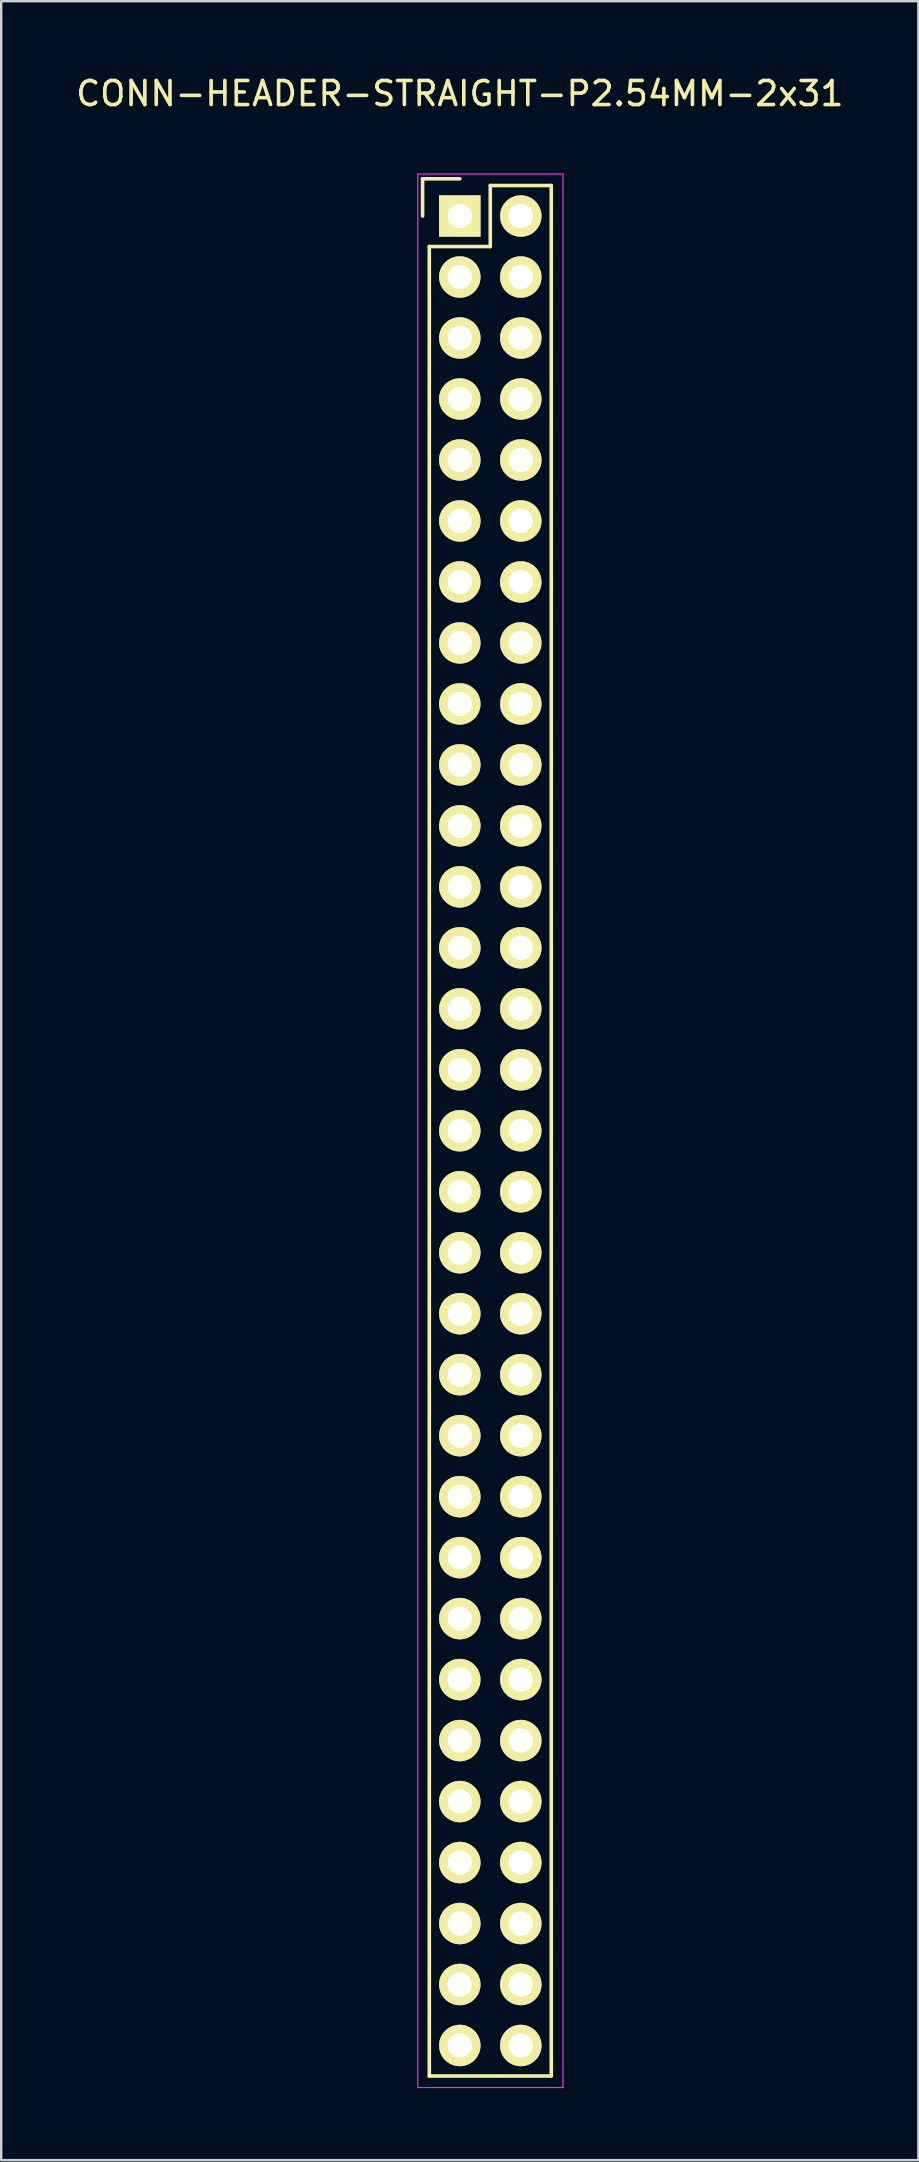
<source format=kicad_pcb>
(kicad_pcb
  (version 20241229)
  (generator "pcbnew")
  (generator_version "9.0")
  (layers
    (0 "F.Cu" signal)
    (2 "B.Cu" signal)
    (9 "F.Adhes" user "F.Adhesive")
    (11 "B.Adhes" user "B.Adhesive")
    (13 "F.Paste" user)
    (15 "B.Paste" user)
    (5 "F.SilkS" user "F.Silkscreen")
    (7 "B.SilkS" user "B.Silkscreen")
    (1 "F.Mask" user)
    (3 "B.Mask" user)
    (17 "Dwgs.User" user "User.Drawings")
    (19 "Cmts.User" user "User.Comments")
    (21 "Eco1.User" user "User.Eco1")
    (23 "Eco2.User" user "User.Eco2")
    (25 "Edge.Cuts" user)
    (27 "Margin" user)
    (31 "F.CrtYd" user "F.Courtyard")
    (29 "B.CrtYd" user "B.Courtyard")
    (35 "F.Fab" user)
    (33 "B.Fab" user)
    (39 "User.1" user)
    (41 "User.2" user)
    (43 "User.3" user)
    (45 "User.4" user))
  (footprint "CONN-HEADER-STRAIGHT-P2.54MM-2x31"
    (layer "F.Cu")
    (at 16.101 5.948)
    (property "Reference" "CONN-HEADER-STRAIGHT-P2.54MM-2x31" (at 0 -5.1 0) (layer "F.SilkS") (effects (font (size 1 1) (thickness 0.15))))
    (attr through_hole)
    (fp_line (start -1.55 -1.55) (end -1.55 0) (stroke (width 0.15) (type solid)) (layer "F.SilkS"))
    (fp_line (start -1.27 77.47) (end -1.27 1.27) (stroke (width 0.15) (type solid)) (layer "F.SilkS"))
    (fp_line (start 0 -1.55) (end -1.55 -1.55) (stroke (width 0.15) (type solid)) (layer "F.SilkS"))
    (fp_line (start 1.27 -1.27) (end 1.27 1.27) (stroke (width 0.15) (type solid)) (layer "F.SilkS"))
    (fp_line (start 1.27 1.27) (end -1.27 1.27) (stroke (width 0.15) (type solid)) (layer "F.SilkS"))
    (fp_line (start 3.81 -1.27) (end 1.27 -1.27) (stroke (width 0.15) (type solid)) (layer "F.SilkS"))
    (fp_line (start 3.81 -1.27) (end 3.81 77.47) (stroke (width 0.15) (type solid)) (layer "F.SilkS"))
    (fp_line (start 3.81 77.47) (end -1.27 77.47) (stroke (width 0.15) (type solid)) (layer "F.SilkS"))
    (fp_line (start -1.75 -1.75) (end -1.75 77.95) (stroke (width 0.05) (type solid)) (layer "F.CrtYd"))
    (fp_line (start -1.75 -1.75) (end 4.3 -1.75) (stroke (width 0.05) (type solid)) (layer "F.CrtYd"))
    (fp_line (start -1.75 77.95) (end 4.3 77.95) (stroke (width 0.05) (type solid)) (layer "F.CrtYd"))
    (fp_line (start 4.3 -1.75) (end 4.3 77.95) (stroke (width 0.05) (type solid)) (layer "F.CrtYd"))
    (pad "1" thru_hole rect (at 0 0) (size 1.727 1.727) (drill 1.016) (layers "*.Cu" "*.Mask" "F.SilkS"))
    (pad "2" thru_hole oval (at 2.54 0) (size 1.727 1.727) (drill 1.016) (layers "*.Cu" "*.Mask" "F.SilkS"))
    (pad "3" thru_hole oval (at 0 2.54) (size 1.727 1.727) (drill 1.016) (layers "*.Cu" "*.Mask" "F.SilkS"))
    (pad "4" thru_hole oval (at 2.54 2.54) (size 1.727 1.727) (drill 1.016) (layers "*.Cu" "*.Mask" "F.SilkS"))
    (pad "5" thru_hole oval (at 0 5.08) (size 1.727 1.727) (drill 1.016) (layers "*.Cu" "*.Mask" "F.SilkS"))
    (pad "6" thru_hole oval (at 2.54 5.08) (size 1.727 1.727) (drill 1.016) (layers "*.Cu" "*.Mask" "F.SilkS"))
    (pad "7" thru_hole oval (at 0 7.62) (size 1.727 1.727) (drill 1.016) (layers "*.Cu" "*.Mask" "F.SilkS"))
    (pad "8" thru_hole oval (at 2.54 7.62) (size 1.727 1.727) (drill 1.016) (layers "*.Cu" "*.Mask" "F.SilkS"))
    (pad "9" thru_hole oval (at 0 10.16) (size 1.727 1.727) (drill 1.016) (layers "*.Cu" "*.Mask" "F.SilkS"))
    (pad "10" thru_hole oval (at 2.54 10.16) (size 1.727 1.727) (drill 1.016) (layers "*.Cu" "*.Mask" "F.SilkS"))
    (pad "11" thru_hole oval (at 0 12.7) (size 1.727 1.727) (drill 1.016) (layers "*.Cu" "*.Mask" "F.SilkS"))
    (pad "12" thru_hole oval (at 2.54 12.7) (size 1.727 1.727) (drill 1.016) (layers "*.Cu" "*.Mask" "F.SilkS"))
    (pad "13" thru_hole oval (at 0 15.24) (size 1.727 1.727) (drill 1.016) (layers "*.Cu" "*.Mask" "F.SilkS"))
    (pad "14" thru_hole oval (at 2.54 15.24) (size 1.727 1.727) (drill 1.016) (layers "*.Cu" "*.Mask" "F.SilkS"))
    (pad "15" thru_hole oval (at 0 17.78) (size 1.727 1.727) (drill 1.016) (layers "*.Cu" "*.Mask" "F.SilkS"))
    (pad "16" thru_hole oval (at 2.54 17.78) (size 1.727 1.727) (drill 1.016) (layers "*.Cu" "*.Mask" "F.SilkS"))
    (pad "17" thru_hole oval (at 0 20.32) (size 1.727 1.727) (drill 1.016) (layers "*.Cu" "*.Mask" "F.SilkS"))
    (pad "18" thru_hole oval (at 2.54 20.32) (size 1.727 1.727) (drill 1.016) (layers "*.Cu" "*.Mask" "F.SilkS"))
    (pad "19" thru_hole oval (at 0 22.86) (size 1.727 1.727) (drill 1.016) (layers "*.Cu" "*.Mask" "F.SilkS"))
    (pad "20" thru_hole oval (at 2.54 22.86) (size 1.727 1.727) (drill 1.016) (layers "*.Cu" "*.Mask" "F.SilkS"))
    (pad "21" thru_hole oval (at 0 25.4) (size 1.727 1.727) (drill 1.016) (layers "*.Cu" "*.Mask" "F.SilkS"))
    (pad "22" thru_hole oval (at 2.54 25.4) (size 1.727 1.727) (drill 1.016) (layers "*.Cu" "*.Mask" "F.SilkS"))
    (pad "23" thru_hole oval (at 0 27.94) (size 1.727 1.727) (drill 1.016) (layers "*.Cu" "*.Mask" "F.SilkS"))
    (pad "24" thru_hole oval (at 2.54 27.94) (size 1.727 1.727) (drill 1.016) (layers "*.Cu" "*.Mask" "F.SilkS"))
    (pad "25" thru_hole oval (at 0 30.48) (size 1.727 1.727) (drill 1.016) (layers "*.Cu" "*.Mask" "F.SilkS"))
    (pad "26" thru_hole oval (at 2.54 30.48) (size 1.727 1.727) (drill 1.016) (layers "*.Cu" "*.Mask" "F.SilkS"))
    (pad "27" thru_hole oval (at 0 33.02) (size 1.727 1.727) (drill 1.016) (layers "*.Cu" "*.Mask" "F.SilkS"))
    (pad "28" thru_hole oval (at 2.54 33.02) (size 1.727 1.727) (drill 1.016) (layers "*.Cu" "*.Mask" "F.SilkS"))
    (pad "29" thru_hole oval (at 0 35.56) (size 1.727 1.727) (drill 1.016) (layers "*.Cu" "*.Mask" "F.SilkS"))
    (pad "30" thru_hole oval (at 2.54 35.56) (size 1.727 1.727) (drill 1.016) (layers "*.Cu" "*.Mask" "F.SilkS"))
    (pad "31" thru_hole oval (at 0 38.1) (size 1.727 1.727) (drill 1.016) (layers "*.Cu" "*.Mask" "F.SilkS"))
    (pad "32" thru_hole oval (at 2.54 38.1) (size 1.727 1.727) (drill 1.016) (layers "*.Cu" "*.Mask" "F.SilkS"))
    (pad "33" thru_hole oval (at 0 40.64) (size 1.727 1.727) (drill 1.016) (layers "*.Cu" "*.Mask" "F.SilkS"))
    (pad "34" thru_hole oval (at 2.54 40.64) (size 1.727 1.727) (drill 1.016) (layers "*.Cu" "*.Mask" "F.SilkS"))
    (pad "35" thru_hole oval (at 0 43.18) (size 1.727 1.727) (drill 1.016) (layers "*.Cu" "*.Mask" "F.SilkS"))
    (pad "36" thru_hole oval (at 2.54 43.18) (size 1.727 1.727) (drill 1.016) (layers "*.Cu" "*.Mask" "F.SilkS"))
    (pad "37" thru_hole oval (at 0 45.72) (size 1.727 1.727) (drill 1.016) (layers "*.Cu" "*.Mask" "F.SilkS"))
    (pad "38" thru_hole oval (at 2.54 45.72) (size 1.727 1.727) (drill 1.016) (layers "*.Cu" "*.Mask" "F.SilkS"))
    (pad "39" thru_hole oval (at 0 48.26) (size 1.727 1.727) (drill 1.016) (layers "*.Cu" "*.Mask" "F.SilkS"))
    (pad "40" thru_hole oval (at 2.54 48.26) (size 1.727 1.727) (drill 1.016) (layers "*.Cu" "*.Mask" "F.SilkS"))
    (pad "41" thru_hole oval (at 0 50.8) (size 1.727 1.727) (drill 1.016) (layers "*.Cu" "*.Mask" "F.SilkS"))
    (pad "42" thru_hole oval (at 2.54 50.8) (size 1.727 1.727) (drill 1.016) (layers "*.Cu" "*.Mask" "F.SilkS"))
    (pad "43" thru_hole oval (at 0 53.34) (size 1.727 1.727) (drill 1.016) (layers "*.Cu" "*.Mask" "F.SilkS"))
    (pad "44" thru_hole oval (at 2.54 53.34) (size 1.727 1.727) (drill 1.016) (layers "*.Cu" "*.Mask" "F.SilkS"))
    (pad "45" thru_hole oval (at 0 55.88) (size 1.727 1.727) (drill 1.016) (layers "*.Cu" "*.Mask" "F.SilkS"))
    (pad "46" thru_hole oval (at 2.54 55.88) (size 1.727 1.727) (drill 1.016) (layers "*.Cu" "*.Mask" "F.SilkS"))
    (pad "47" thru_hole oval (at 0 58.42) (size 1.727 1.727) (drill 1.016) (layers "*.Cu" "*.Mask" "F.SilkS"))
    (pad "48" thru_hole oval (at 2.54 58.42) (size 1.727 1.727) (drill 1.016) (layers "*.Cu" "*.Mask" "F.SilkS"))
    (pad "49" thru_hole oval (at 0 60.96) (size 1.727 1.727) (drill 1.016) (layers "*.Cu" "*.Mask" "F.SilkS"))
    (pad "50" thru_hole oval (at 2.54 60.96) (size 1.727 1.727) (drill 1.016) (layers "*.Cu" "*.Mask" "F.SilkS"))
    (pad "51" thru_hole oval (at 0 63.5) (size 1.727 1.727) (drill 1.016) (layers "*.Cu" "*.Mask" "F.SilkS"))
    (pad "52" thru_hole oval (at 2.54 63.5) (size 1.727 1.727) (drill 1.016) (layers "*.Cu" "*.Mask" "F.SilkS"))
    (pad "53" thru_hole oval (at 0 66.04) (size 1.727 1.727) (drill 1.016) (layers "*.Cu" "*.Mask" "F.SilkS"))
    (pad "54" thru_hole oval (at 2.54 66.04) (size 1.727 1.727) (drill 1.016) (layers "*.Cu" "*.Mask" "F.SilkS"))
    (pad "55" thru_hole oval (at 0 68.58) (size 1.727 1.727) (drill 1.016) (layers "*.Cu" "*.Mask" "F.SilkS"))
    (pad "56" thru_hole oval (at 2.54 68.58) (size 1.727 1.727) (drill 1.016) (layers "*.Cu" "*.Mask" "F.SilkS"))
    (pad "57" thru_hole oval (at 0 71.12) (size 1.727 1.727) (drill 1.016) (layers "*.Cu" "*.Mask" "F.SilkS"))
    (pad "58" thru_hole oval (at 2.54 71.12) (size 1.727 1.727) (drill 1.016) (layers "*.Cu" "*.Mask" "F.SilkS"))
    (pad "59" thru_hole oval (at 0 73.66) (size 1.727 1.727) (drill 1.016) (layers "*.Cu" "*.Mask" "F.SilkS"))
    (pad "60" thru_hole oval (at 2.54 73.66) (size 1.727 1.727) (drill 1.016) (layers "*.Cu" "*.Mask" "F.SilkS"))
    (pad "61" thru_hole oval (at 0 76.2) (size 1.727 1.727) (drill 1.016) (layers "*.Cu" "*.Mask" "F.SilkS"))
    (pad "62" thru_hole oval (at 2.54 76.2) (size 1.727 1.727) (drill 1.016) (layers "*.Cu" "*.Mask" "F.SilkS")))
  (gr_rect
    (start -3 -3)
    (end 35.202 86.923)
    (stroke (width 0.1) (type default))
    (fill no)
    (layer "Edge.Cuts")))
</source>
